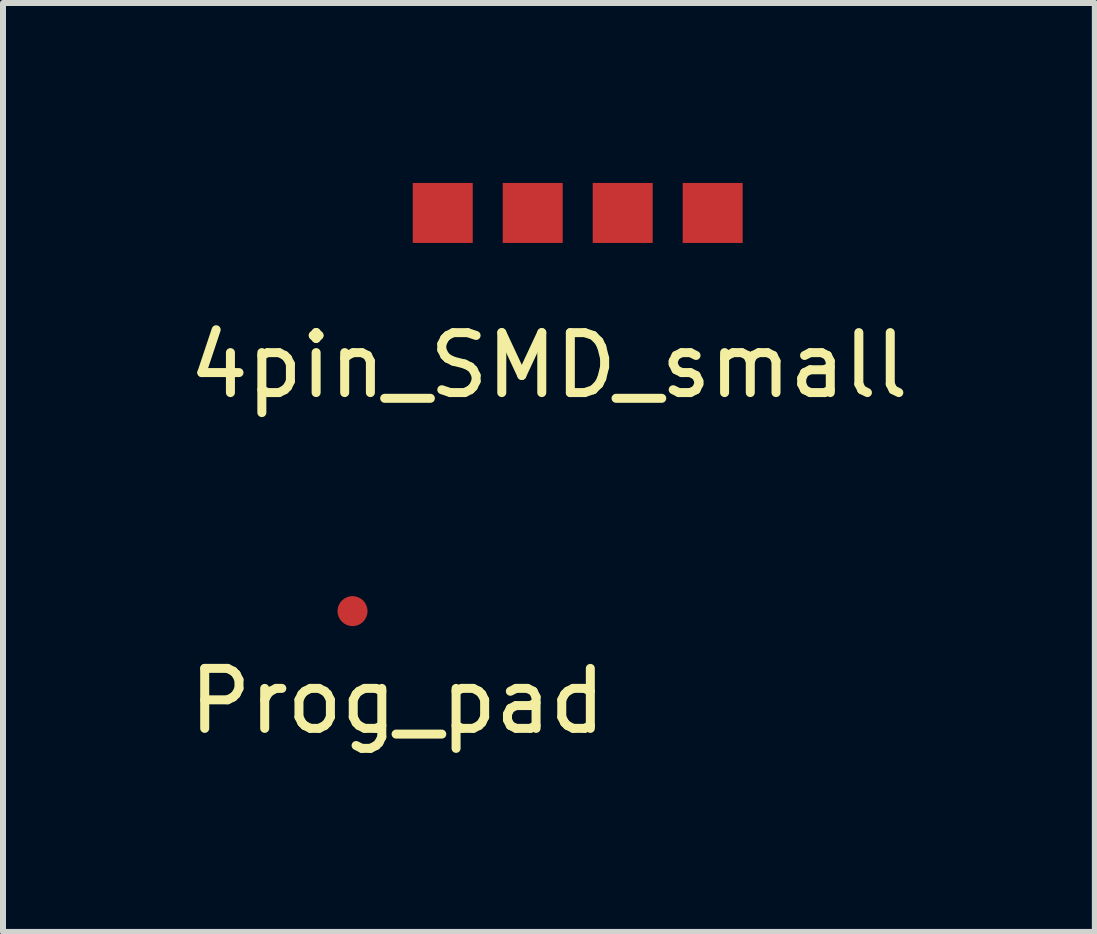
<source format=kicad_pcb>
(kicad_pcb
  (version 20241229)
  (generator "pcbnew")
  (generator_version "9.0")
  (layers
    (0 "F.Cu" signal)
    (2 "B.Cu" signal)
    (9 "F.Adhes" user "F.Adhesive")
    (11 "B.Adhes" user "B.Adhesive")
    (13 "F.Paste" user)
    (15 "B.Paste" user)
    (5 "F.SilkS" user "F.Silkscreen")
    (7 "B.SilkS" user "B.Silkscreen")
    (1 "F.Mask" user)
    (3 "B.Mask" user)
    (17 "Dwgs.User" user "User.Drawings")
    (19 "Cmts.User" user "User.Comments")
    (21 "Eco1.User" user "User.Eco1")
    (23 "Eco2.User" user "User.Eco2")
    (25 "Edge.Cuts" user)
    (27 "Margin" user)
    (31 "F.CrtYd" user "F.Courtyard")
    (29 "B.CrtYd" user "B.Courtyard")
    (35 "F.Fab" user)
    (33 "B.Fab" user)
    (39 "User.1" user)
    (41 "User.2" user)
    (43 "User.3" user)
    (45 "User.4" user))
  (footprint "4pin_SMD_small"
    (layer "F.Cu")
    (at 4.831 0.5)
    (property "Reference" "4pin_SMD_small" (at 1.27 2.54 0) (layer "F.SilkS") (effects (font (size 1 1) (thickness 0.15))))
    (attr through_hole)
    (pad "1" smd rect (at -0.5 0) (size 1 1) (layers "F.Cu" "F.Mask" "F.Paste"))
    (pad "2" smd rect (at 1 0) (size 1 1) (layers "F.Cu" "F.Mask" "F.Paste"))
    (pad "3" smd rect (at 2.5 0) (size 1 1) (layers "F.Cu" "F.Mask" "F.Paste"))
    (pad "4" smd rect (at 4 0) (size 1 1) (layers "F.Cu" "F.Mask" "F.Paste")))
  (footprint "Prog_pad"
    (layer "F.Cu")
    (at 2.827 7.138)
    (property "Reference" "Prog_pad" (at 0.75 1.5 0) (layer "F.SilkS") (effects (font (size 1 1) (thickness 0.15))))
    (attr through_hole)
    (pad "1" smd circle (at 0 0) (size 0.5 0.5) (layers "F.Cu" "F.Mask" "F.Paste")))
  (gr_rect
    (start -3 -3)
    (end 15.202 12.486)
    (stroke (width 0.1) (type default))
    (fill no)
    (layer "Edge.Cuts")))
</source>
